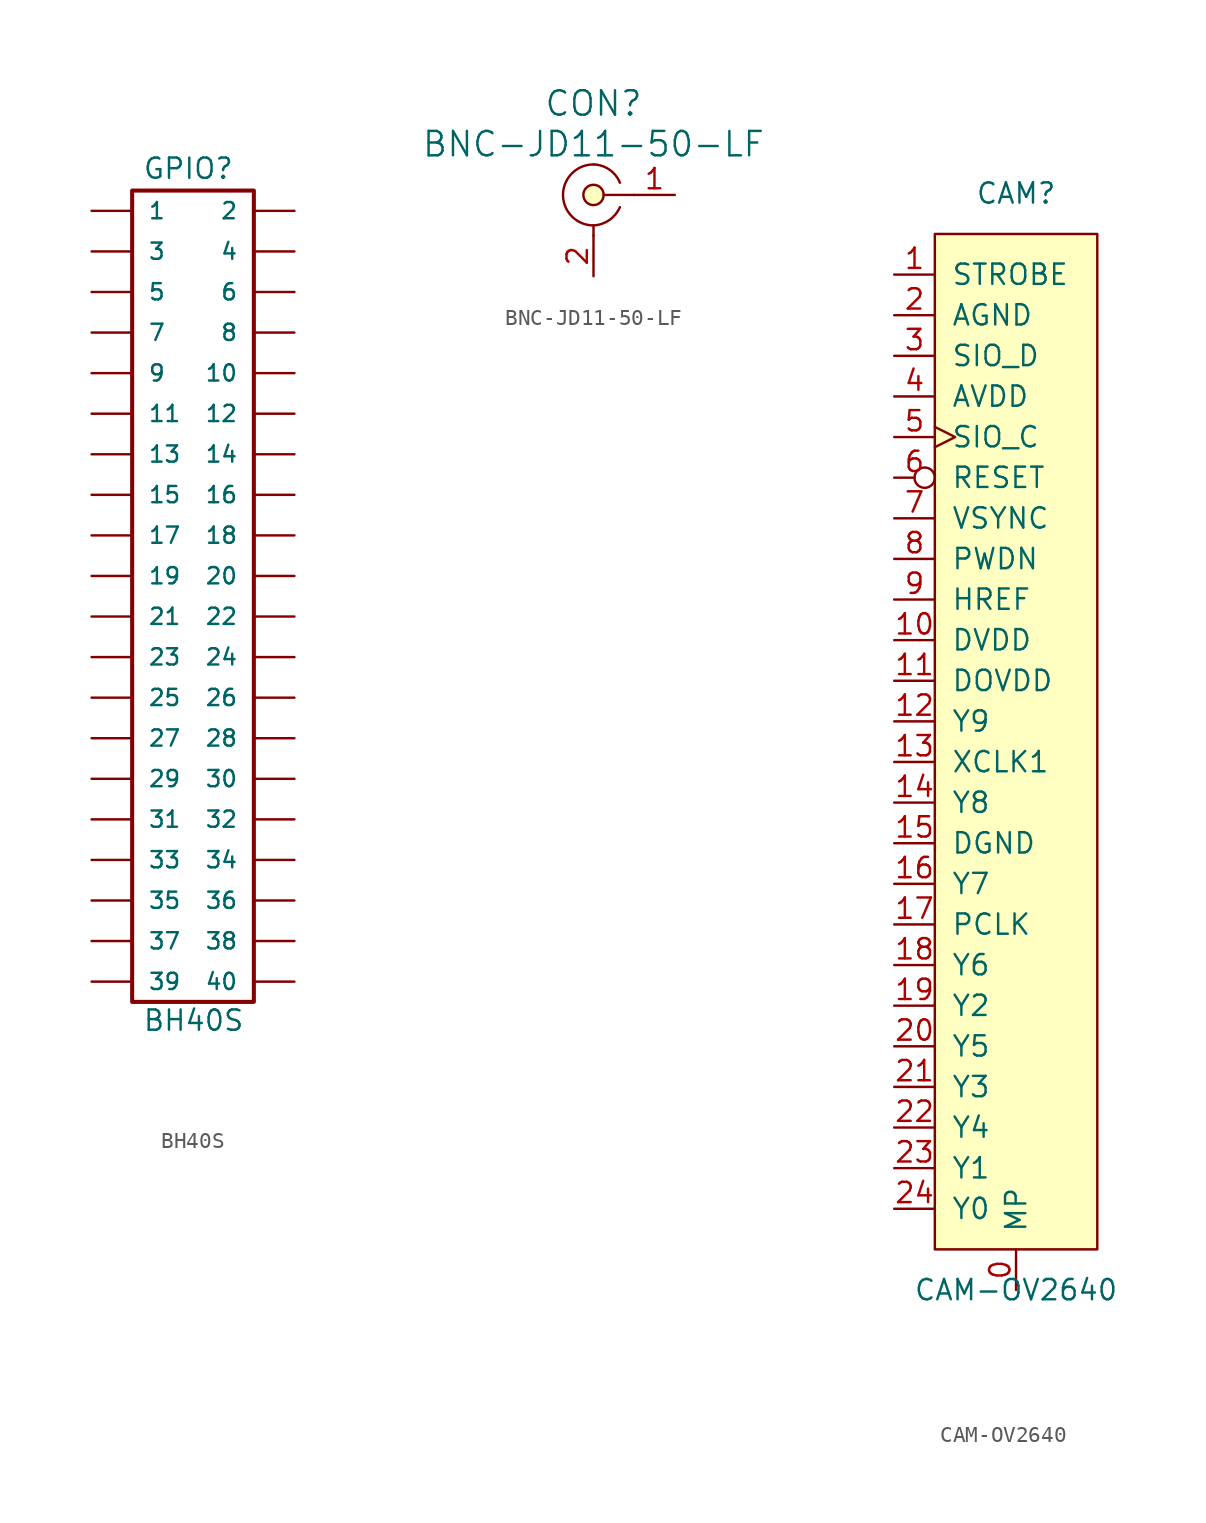
<source format=kicad_sym>
(kicad_symbol_lib
  (version 20220914)
  (generator kicad_symbol_editor)
  (symbol "BH40S"
    (pin_numbers hide)
    (pin_names
      (offset 1.016))
    (property "Reference" "GPIO"
      (at -4.445 27.305 0)
      (effects (font (size 1.27 1.27)) (justify left bottom)))
    (property "Value" "BH40S"
      (at -4.445 -26.035 0)
      (effects (font (size 1.27 1.27)) (justify left bottom)))
    (property "Datasheet" ""
      (at 0 2.54 0)
      (effects (font (size 1.524 1.524))))
    (property "ki_locked" ""
      (at 0 0 0)
      (effects (font (size 1.27 1.27))))
    (symbol "BH40S_1_0"
      (rectangle (start 2.54 -24.13) (end -5.08 26.67) (stroke (width 0.254) (type solid)) (fill (type none))))
    (symbol "BH40S_1_1"
      (pin passive line (at -7.62 25.4 0) (length 2.489) (name "1" (effects (font (size 1.016 1.016)))) (number "1" (effects (font (size 1.016 1.016)))))
      (pin passive line (at 5.08 15.24 180) (length 2.489) (name "10" (effects (font (size 1.016 1.016)))) (number "10" (effects (font (size 1.016 1.016)))))
      (pin passive line (at -7.62 12.7 0) (length 2.489) (name "11" (effects (font (size 1.016 1.016)))) (number "11" (effects (font (size 1.016 1.016)))))
      (pin passive line (at 5.08 12.7 180) (length 2.489) (name "12" (effects (font (size 1.016 1.016)))) (number "12" (effects (font (size 1.016 1.016)))))
      (pin passive line (at -7.62 10.16 0) (length 2.489) (name "13" (effects (font (size 1.016 1.016)))) (number "13" (effects (font (size 1.016 1.016)))))
      (pin passive line (at 5.08 10.16 180) (length 2.489) (name "14" (effects (font (size 1.016 1.016)))) (number "14" (effects (font (size 1.016 1.016)))))
      (pin passive line (at -7.62 7.62 0) (length 2.489) (name "15" (effects (font (size 1.016 1.016)))) (number "15" (effects (font (size 1.016 1.016)))))
      (pin passive line (at 5.08 7.62 180) (length 2.489) (name "16" (effects (font (size 1.016 1.016)))) (number "16" (effects (font (size 1.016 1.016)))))
      (pin passive line (at -7.62 5.08 0) (length 2.489) (name "17" (effects (font (size 1.016 1.016)))) (number "17" (effects (font (size 1.016 1.016)))))
      (pin passive line (at 5.08 5.08 180) (length 2.489) (name "18" (effects (font (size 1.016 1.016)))) (number "18" (effects (font (size 1.016 1.016)))))
      (pin passive line (at -7.62 2.54 0) (length 2.489) (name "19" (effects (font (size 1.016 1.016)))) (number "19" (effects (font (size 1.016 1.016)))))
      (pin passive line (at 5.08 25.4 180) (length 2.489) (name "2" (effects (font (size 1.016 1.016)))) (number "2" (effects (font (size 1.016 1.016)))))
      (pin passive line (at 5.08 2.54 180) (length 2.489) (name "20" (effects (font (size 1.016 1.016)))) (number "20" (effects (font (size 1.016 1.016)))))
      (pin passive line (at -7.62 0 0) (length 2.489) (name "21" (effects (font (size 1.016 1.016)))) (number "21" (effects (font (size 1.016 1.016)))))
      (pin passive line (at 5.08 0 180) (length 2.489) (name "22" (effects (font (size 1.016 1.016)))) (number "22" (effects (font (size 1.016 1.016)))))
      (pin passive line (at -7.62 -2.54 0) (length 2.489) (name "23" (effects (font (size 1.016 1.016)))) (number "23" (effects (font (size 1.016 1.016)))))
      (pin passive line (at 5.08 -2.54 180) (length 2.489) (name "24" (effects (font (size 1.016 1.016)))) (number "24" (effects (font (size 1.016 1.016)))))
      (pin passive line (at -7.62 -5.08 0) (length 2.489) (name "25" (effects (font (size 1.016 1.016)))) (number "25" (effects (font (size 1.016 1.016)))))
      (pin passive line (at 5.08 -5.08 180) (length 2.489) (name "26" (effects (font (size 1.016 1.016)))) (number "26" (effects (font (size 1.016 1.016)))))
      (pin passive line (at -7.62 -7.62 0) (length 2.489) (name "27" (effects (font (size 1.016 1.016)))) (number "27" (effects (font (size 1.016 1.016)))))
      (pin passive line (at 5.08 -7.62 180) (length 2.489) (name "28" (effects (font (size 1.016 1.016)))) (number "28" (effects (font (size 1.016 1.016)))))
      (pin passive line (at -7.62 -10.16 0) (length 2.489) (name "29" (effects (font (size 1.016 1.016)))) (number "29" (effects (font (size 1.016 1.016)))))
      (pin passive line (at -7.62 22.86 0) (length 2.489) (name "3" (effects (font (size 1.016 1.016)))) (number "3" (effects (font (size 1.016 1.016)))))
      (pin passive line (at 5.08 -10.16 180) (length 2.489) (name "30" (effects (font (size 1.016 1.016)))) (number "30" (effects (font (size 1.016 1.016)))))
      (pin passive line (at -7.62 -12.7 0) (length 2.489) (name "31" (effects (font (size 1.016 1.016)))) (number "31" (effects (font (size 1.016 1.016)))))
      (pin passive line (at 5.08 -12.7 180) (length 2.489) (name "32" (effects (font (size 1.016 1.016)))) (number "32" (effects (font (size 1.016 1.016)))))
      (pin passive line (at -7.62 -15.24 0) (length 2.489) (name "33" (effects (font (size 1.016 1.016)))) (number "33" (effects (font (size 1.016 1.016)))))
      (pin passive line (at 5.08 -15.24 180) (length 2.489) (name "34" (effects (font (size 1.016 1.016)))) (number "34" (effects (font (size 1.016 1.016)))))
      (pin passive line (at -7.62 -17.78 0) (length 2.489) (name "35" (effects (font (size 1.016 1.016)))) (number "35" (effects (font (size 1.016 1.016)))))
      (pin passive line (at 5.08 -17.78 180) (length 2.489) (name "36" (effects (font (size 1.016 1.016)))) (number "36" (effects (font (size 1.016 1.016)))))
      (pin passive line (at -7.62 -20.32 0) (length 2.489) (name "37" (effects (font (size 1.016 1.016)))) (number "37" (effects (font (size 1.016 1.016)))))
      (pin passive line (at 5.08 -20.32 180) (length 2.489) (name "38" (effects (font (size 1.016 1.016)))) (number "38" (effects (font (size 1.016 1.016)))))
      (pin passive line (at -7.62 -22.86 0) (length 2.489) (name "39" (effects (font (size 1.016 1.016)))) (number "39" (effects (font (size 1.016 1.016)))))
      (pin passive line (at 5.08 22.86 180) (length 2.489) (name "4" (effects (font (size 1.016 1.016)))) (number "4" (effects (font (size 1.016 1.016)))))
      (pin passive line (at 5.08 -22.86 180) (length 2.489) (name "40" (effects (font (size 1.016 1.016)))) (number "40" (effects (font (size 1.016 1.016)))))
      (pin passive line (at -7.62 20.32 0) (length 2.489) (name "5" (effects (font (size 1.016 1.016)))) (number "5" (effects (font (size 1.016 1.016)))))
      (pin passive line (at 5.08 20.32 180) (length 2.489) (name "6" (effects (font (size 1.016 1.016)))) (number "6" (effects (font (size 1.016 1.016)))))
      (pin passive line (at -7.62 17.78 0) (length 2.489) (name "7" (effects (font (size 1.016 1.016)))) (number "7" (effects (font (size 1.016 1.016)))))
      (pin passive line (at 5.08 17.78 180) (length 2.489) (name "8" (effects (font (size 1.016 1.016)))) (number "8" (effects (font (size 1.016 1.016)))))
      (pin passive line (at -7.62 15.24 0) (length 2.489) (name "9" (effects (font (size 1.016 1.016)))) (number "9" (effects (font (size 1.016 1.016)))))))
  (symbol "BNC-JD11-50-LF"
    (pin_names
      (offset 1.016))
    (property "Reference" "CON"
      (at 0 5.715 0)
      (effects (font (size 1.524 1.524))))
    (property "Value" "BNC-JD11-50-LF"
      (at 0 3.175 0)
      (effects (font (size 1.524 1.524))))
    (property "Footprint" ""
      (at -1.905 -1.27 0)
      (effects (font (size 1.524 1.524))))
    (property "Datasheet" ""
      (at -1.905 -1.27 0)
      (effects (font (size 1.524 1.524))))
    (symbol "BNC-JD11-50-LF_0_1"
      (arc (start 0 -1.905) (mid 0.9879 -1.5712) (end 1.651 -0.762) (stroke (width 0) (type solid)) (fill (type none)))
      (polyline (pts (xy 0 -2.54) (xy 0 -1.905)) (stroke (width 0) (type solid)) (fill (type none)))
      (polyline (pts (xy 2.54 0) (xy 0.635 0)) (stroke (width 0) (type solid)) (fill (type none)))
      (circle (center 0 0) (radius 0.635) (stroke (width 0) (type solid)) (fill (type background)))
      (arc (start 0 1.905) (mid -1.8967 0) (end 0 -1.905) (stroke (width 0) (type solid)) (fill (type none)))
      (arc (start 1.651 0.762) (mid 0.9948 1.5811) (end 0 1.905) (stroke (width 0) (type solid)) (fill (type none))))
    (symbol "BNC-JD11-50-LF_1_1"
      (pin passive line (at 5.08 0 180) (length 2.54) (name "~" (effects (font (size 1.27 1.27)))) (number "1" (effects (font (size 1.27 1.27)))))
      (pin passive line (at 0 -5.08 90) (length 2.54) (name "~" (effects (font (size 1.27 1.27)))) (number "2" (effects (font (size 1.27 1.27)))))))
  (symbol "CAM-OV2640"
    (pin_names
      (offset 1.016))
    (property "Reference" "CAM"
      (at 0 33.02 0)
      (effects (font (size 1.27 1.27))))
    (property "Value" "CAM-OV2640"
      (at 0 -35.56 0)
      (effects (font (size 1.27 1.27))))
    (symbol "CAM-OV2640_0_1"
      (rectangle (start -5.08 30.48) (end 5.08 -33.02) (stroke (width 0) (type solid)) (fill (type background)))
      (pin input line (at 0 -35.56 90) (length 2.54) (name "MP" (effects (font (size 1.27 1.27)))) (number "0" (effects (font (size 1.27 1.27)))))
      (pin output line (at -7.62 27.94 0) (length 2.54) (name "STROBE" (effects (font (size 1.27 1.27)))) (number "1" (effects (font (size 1.27 1.27)))))
      (pin power_in line (at -7.62 5.08 0) (length 2.54) (name "DVDD" (effects (font (size 1.27 1.27)))) (number "10" (effects (font (size 1.27 1.27)))))
      (pin power_in line (at -7.62 2.54 0) (length 2.54) (name "DOVDD" (effects (font (size 1.27 1.27)))) (number "11" (effects (font (size 1.27 1.27)))))
      (pin output line (at -7.62 0 0) (length 2.54) (name "Y9" (effects (font (size 1.27 1.27)))) (number "12" (effects (font (size 1.27 1.27)))))
      (pin bidirectional line (at -7.62 -2.54 0) (length 2.54) (name "XCLK1" (effects (font (size 1.27 1.27)))) (number "13" (effects (font (size 1.27 1.27)))))
      (pin output line (at -7.62 -5.08 0) (length 2.54) (name "Y8" (effects (font (size 1.27 1.27)))) (number "14" (effects (font (size 1.27 1.27)))))
      (pin power_in line (at -7.62 -7.62 0) (length 2.54) (name "DGND" (effects (font (size 1.27 1.27)))) (number "15" (effects (font (size 1.27 1.27)))))
      (pin output line (at -7.62 -10.16 0) (length 2.54) (name "Y7" (effects (font (size 1.27 1.27)))) (number "16" (effects (font (size 1.27 1.27)))))
      (pin bidirectional line (at -7.62 -12.7 0) (length 2.54) (name "PCLK" (effects (font (size 1.27 1.27)))) (number "17" (effects (font (size 1.27 1.27)))))
      (pin output line (at -7.62 -15.24 0) (length 2.54) (name "Y6" (effects (font (size 1.27 1.27)))) (number "18" (effects (font (size 1.27 1.27)))))
      (pin output line (at -7.62 -17.78 0) (length 2.54) (name "Y2" (effects (font (size 1.27 1.27)))) (number "19" (effects (font (size 1.27 1.27)))))
      (pin power_in line (at -7.62 25.4 0) (length 2.54) (name "AGND" (effects (font (size 1.27 1.27)))) (number "2" (effects (font (size 1.27 1.27)))))
      (pin output line (at -7.62 -20.32 0) (length 2.54) (name "Y5" (effects (font (size 1.27 1.27)))) (number "20" (effects (font (size 1.27 1.27)))))
      (pin output line (at -7.62 -22.86 0) (length 2.54) (name "Y3" (effects (font (size 1.27 1.27)))) (number "21" (effects (font (size 1.27 1.27)))))
      (pin output line (at -7.62 -25.4 0) (length 2.54) (name "Y4" (effects (font (size 1.27 1.27)))) (number "22" (effects (font (size 1.27 1.27)))))
      (pin output line (at -7.62 -27.94 0) (length 2.54) (name "Y1" (effects (font (size 1.27 1.27)))) (number "23" (effects (font (size 1.27 1.27)))))
      (pin output line (at -7.62 -30.48 0) (length 2.54) (name "Y0" (effects (font (size 1.27 1.27)))) (number "24" (effects (font (size 1.27 1.27)))))
      (pin bidirectional line (at -7.62 22.86 0) (length 2.54) (name "SIO_D" (effects (font (size 1.27 1.27)))) (number "3" (effects (font (size 1.27 1.27)))))
      (pin power_in line (at -7.62 20.32 0) (length 2.54) (name "AVDD" (effects (font (size 1.27 1.27)))) (number "4" (effects (font (size 1.27 1.27)))))
      (pin input clock (at -7.62 17.78 0) (length 2.54) (name "SIO_C" (effects (font (size 1.27 1.27)))) (number "5" (effects (font (size 1.27 1.27)))))
      (pin input inverted (at -7.62 15.24 0) (length 2.54) (name "RESET" (effects (font (size 1.27 1.27)))) (number "6" (effects (font (size 1.27 1.27)))))
      (pin bidirectional line (at -7.62 12.7 0) (length 2.54) (name "VSYNC" (effects (font (size 1.27 1.27)))) (number "7" (effects (font (size 1.27 1.27)))))
      (pin input line (at -7.62 10.16 0) (length 2.54) (name "PWDN" (effects (font (size 1.27 1.27)))) (number "8" (effects (font (size 1.27 1.27)))))
      (pin bidirectional line (at -7.62 7.62 0) (length 2.54) (name "HREF" (effects (font (size 1.27 1.27)))) (number "9" (effects (font (size 1.27 1.27))))))))
</source>
